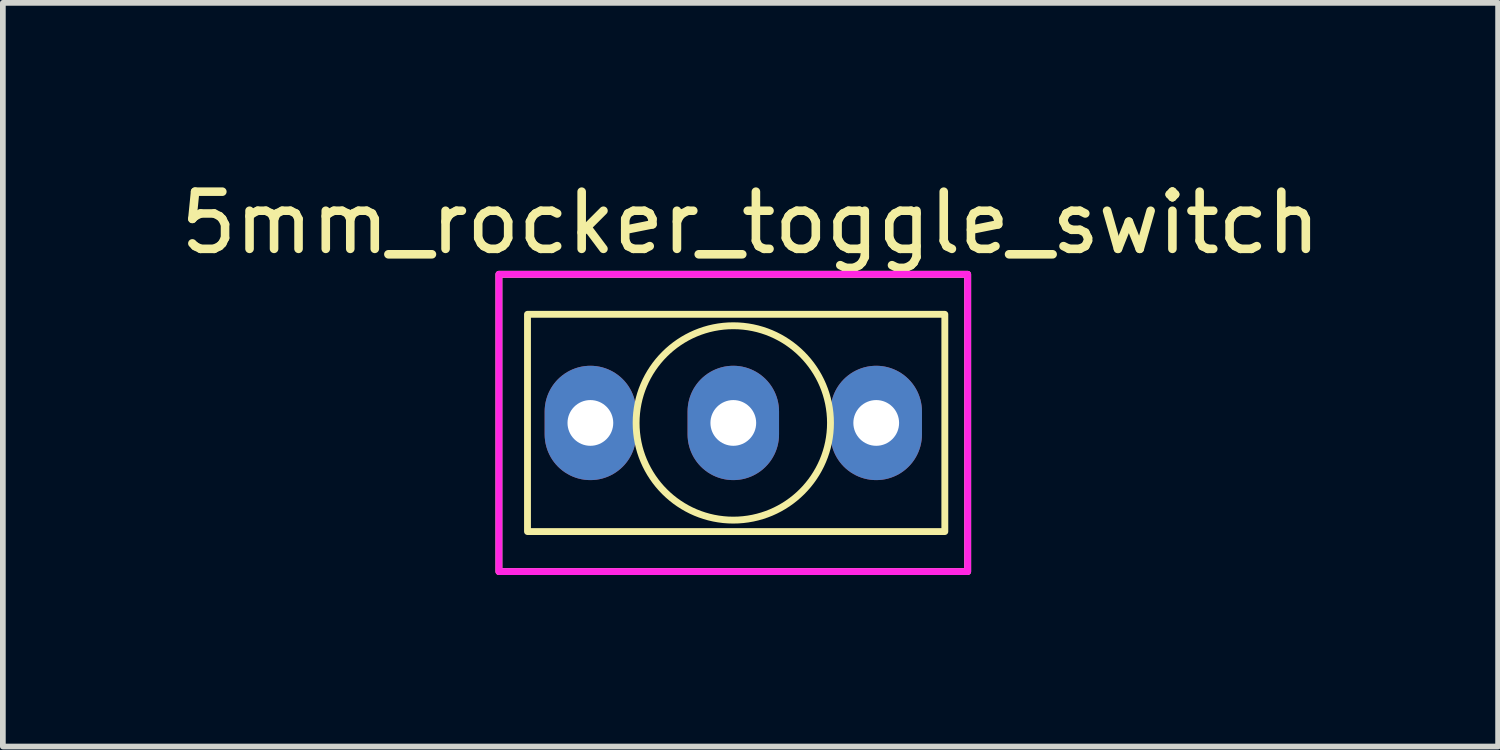
<source format=kicad_pcb>
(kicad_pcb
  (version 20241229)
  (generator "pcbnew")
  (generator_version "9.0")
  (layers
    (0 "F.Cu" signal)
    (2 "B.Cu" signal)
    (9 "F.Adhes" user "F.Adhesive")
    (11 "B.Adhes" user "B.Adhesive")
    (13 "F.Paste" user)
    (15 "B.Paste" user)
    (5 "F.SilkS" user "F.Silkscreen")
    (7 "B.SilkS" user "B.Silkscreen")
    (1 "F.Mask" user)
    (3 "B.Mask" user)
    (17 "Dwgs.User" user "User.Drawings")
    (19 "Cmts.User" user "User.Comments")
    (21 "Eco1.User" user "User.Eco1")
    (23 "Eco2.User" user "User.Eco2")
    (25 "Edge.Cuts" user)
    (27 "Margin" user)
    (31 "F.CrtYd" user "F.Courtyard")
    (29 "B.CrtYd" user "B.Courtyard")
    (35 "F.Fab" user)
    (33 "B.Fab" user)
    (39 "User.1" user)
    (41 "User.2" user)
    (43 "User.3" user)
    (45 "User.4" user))
  (footprint "5mm_rocker_toggle_switch"
    (layer "F.Cu")
    (at 9.777 4.348)
    (property "Reference" "5mm_rocker_toggle_switch" (at 0.3 -3.5 0) (unlocked yes) (layer "F.SilkS") (effects (font (size 1 1) (thickness 0.15))))
    (fp_rect (start -4.1 -2.6) (end 4.1 2.6) (stroke (width 0.12) (type solid)) (fill no) (layer "F.SilkS"))
    (fp_rect (start -3.6 -1.9) (end 3.7 1.9) (stroke (width 0.12) (type solid)) (fill no) (layer "F.SilkS"))
    (fp_circle (center 0 0) (end 1.7 0) (stroke (width 0.12) (type solid)) (fill no) (layer "F.SilkS"))
    (fp_rect (start -4.1 -2.6) (end 4.1 2.6) (stroke (width 0.12) (type solid)) (fill no) (layer "F.CrtYd"))
    (pad "1" thru_hole oval (at -2.5 0 90) (size 2 1.6) (drill 0.8) (layers "*.Cu" "*.Mask"))
    (pad "2" thru_hole oval (at 0 0 90) (size 2 1.6) (drill 0.8) (layers "*.Cu" "*.Mask"))
    (pad "3" thru_hole oval (at 2.5 0 90) (size 2 1.6) (drill 0.8) (layers "*.Cu" "*.Mask")))
  (gr_rect
    (start -3 -3)
    (end 23.155 10.008)
    (stroke (width 0.1) (type default))
    (fill no)
    (layer "Edge.Cuts")))
</source>
